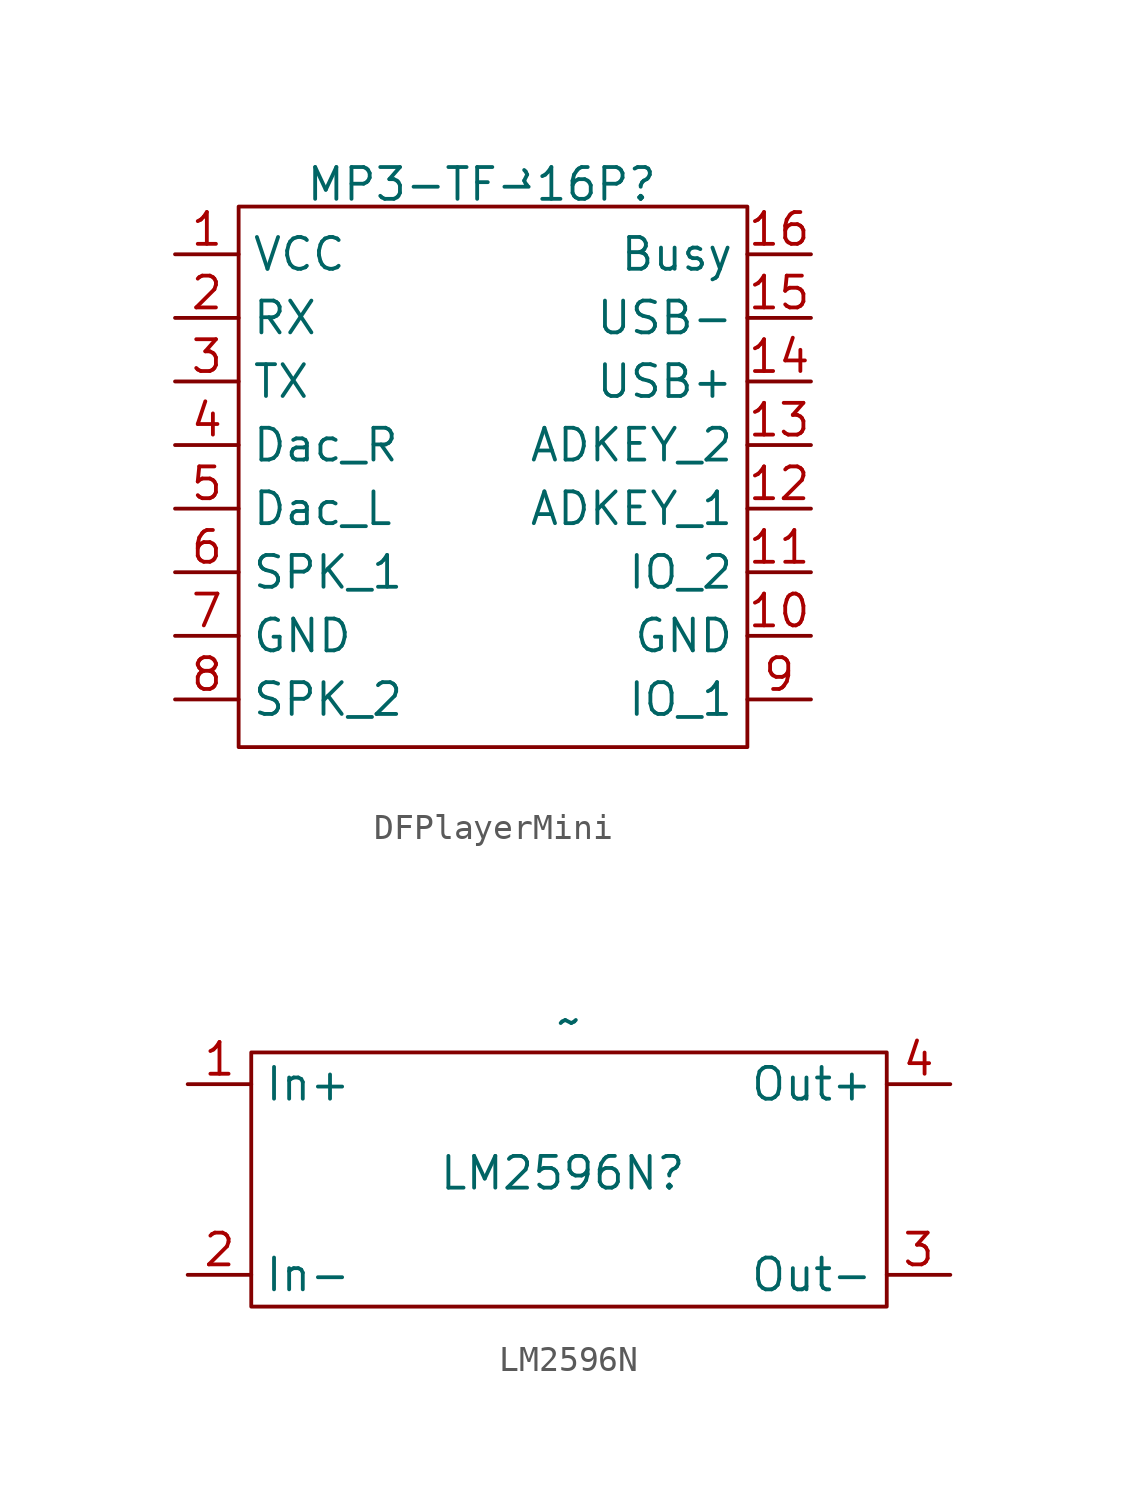
<source format=kicad_sym>
(kicad_symbol_lib
  (version 20241209)
  (generator "kicad_symbol_editor")
  (generator_version "9.0")
  (symbol "DFPlayerMini"
    (property "Reference" "MP3-TF-16P"
      (at 6.604 10.414 0)
      (effects (font (size 1.27 1.27)) (justify right)))
    (property "Value" "~"
      (at 1.27 10.16 90)
      (effects (font (size 1.27 1.27)) (justify left)))
    (symbol "DFPlayerMini_0_1"
      (rectangle (start -10.16 9.525) (end 10.16 -12.065) (stroke (width 0) (type default)) (fill (type none))))
    (symbol "DFPlayerMini_1_1"
      (pin power_in line (at -12.7 7.62 0) (length 2.54) (name "VCC" (effects (font (size 1.27 1.27)))) (number "1" (effects (font (size 1.27 1.27)))))
      (pin input line (at -12.7 5.08 0) (length 2.54) (name "RX" (effects (font (size 1.27 1.27)))) (number "2" (effects (font (size 1.27 1.27)))))
      (pin output line (at -12.7 2.54 0) (length 2.54) (name "TX" (effects (font (size 1.27 1.27)))) (number "3" (effects (font (size 1.27 1.27)))))
      (pin output line (at -12.7 0 0) (length 2.54) (name "Dac_R" (effects (font (size 1.27 1.27)))) (number "4" (effects (font (size 1.27 1.27)))))
      (pin output line (at -12.7 -2.54 0) (length 2.54) (name "Dac_L" (effects (font (size 1.27 1.27)))) (number "5" (effects (font (size 1.27 1.27)))))
      (pin output line (at -12.7 -5.08 0) (length 2.54) (name "SPK_1" (effects (font (size 1.27 1.27)))) (number "6" (effects (font (size 1.27 1.27)))))
      (pin power_in line (at -12.7 -7.62 0) (length 2.54) (name "GND" (effects (font (size 1.27 1.27)))) (number "7" (effects (font (size 1.27 1.27)))))
      (pin output line (at -12.7 -10.16 0) (length 2.54) (name "SPK_2" (effects (font (size 1.27 1.27)))) (number "8" (effects (font (size 1.27 1.27)))))
      (pin bidirectional line (at 12.7 7.62 180) (length 2.54) (name "Busy" (effects (font (size 1.27 1.27)))) (number "16" (effects (font (size 1.27 1.27)))))
      (pin bidirectional line (at 12.7 5.08 180) (length 2.54) (name "USB-" (effects (font (size 1.27 1.27)))) (number "15" (effects (font (size 1.27 1.27)))))
      (pin bidirectional line (at 12.7 2.54 180) (length 2.54) (name "USB+" (effects (font (size 1.27 1.27)))) (number "14" (effects (font (size 1.27 1.27)))))
      (pin bidirectional line (at 12.7 0 180) (length 2.54) (name "ADKEY_2" (effects (font (size 1.27 1.27)))) (number "13" (effects (font (size 1.27 1.27)))))
      (pin bidirectional line (at 12.7 -2.54 180) (length 2.54) (name "ADKEY_1" (effects (font (size 1.27 1.27)))) (number "12" (effects (font (size 1.27 1.27)))))
      (pin input line (at 12.7 -5.08 180) (length 2.54) (name "IO_2" (effects (font (size 1.27 1.27)))) (number "11" (effects (font (size 1.27 1.27)))))
      (pin power_in line (at 12.7 -7.62 180) (length 2.54) (name "GND" (effects (font (size 1.27 1.27)))) (number "10" (effects (font (size 1.27 1.27)))))
      (pin input line (at 12.7 -10.16 180) (length 2.54) (name "IO_1" (effects (font (size 1.27 1.27)))) (number "9" (effects (font (size 1.27 1.27)))))))
  (symbol "LM2596N"
    (property "Reference" "LM2596N"
      (at 9.906 -1.016 0)
      (effects (font (size 1.27 1.27))))
    (property "Value" "~"
      (at 10.16 5.08 0)
      (effects (font (size 1.27 1.27))))
    (symbol "LM2596N_0_1"
      (rectangle (start -2.54 3.81) (end 22.86 -6.35) (stroke (width 0) (type default)) (fill (type none))))
    (symbol "LM2596N_1_1"
      (pin power_in line (at -5.08 2.54 0) (length 2.54) (name "In+" (effects (font (size 1.27 1.27)))) (number "1" (effects (font (size 1.27 1.27)))))
      (pin power_in line (at -5.08 -5.08 0) (length 2.54) (name "In-" (effects (font (size 1.27 1.27)))) (number "2" (effects (font (size 1.27 1.27)))))
      (pin power_out line (at 25.4 2.54 180) (length 2.54) (name "Out+" (effects (font (size 1.27 1.27)))) (number "4" (effects (font (size 1.27 1.27)))))
      (pin power_out line (at 25.4 -5.08 180) (length 2.54) (name "Out-" (effects (font (size 1.27 1.27)))) (number "3" (effects (font (size 1.27 1.27))))))))
</source>
